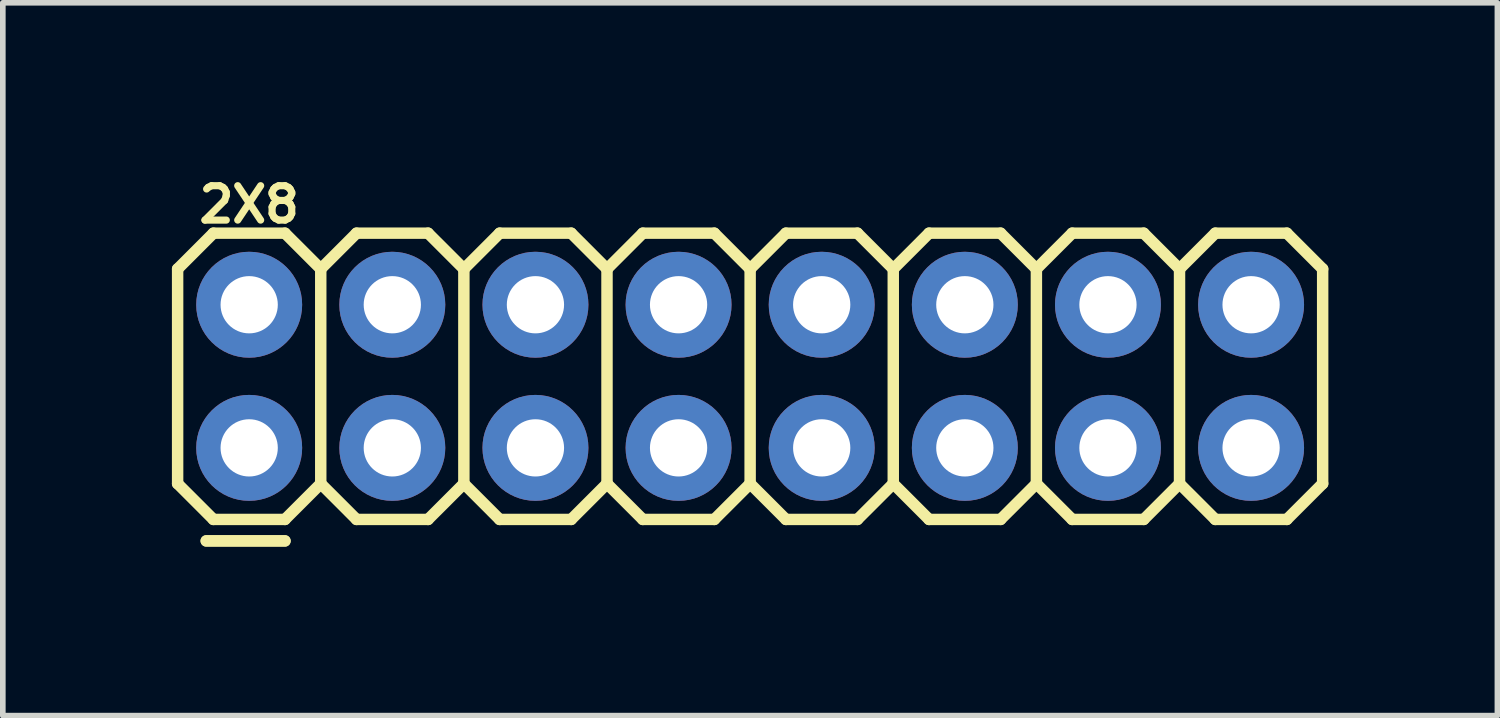
<source format=kicad_pcb>
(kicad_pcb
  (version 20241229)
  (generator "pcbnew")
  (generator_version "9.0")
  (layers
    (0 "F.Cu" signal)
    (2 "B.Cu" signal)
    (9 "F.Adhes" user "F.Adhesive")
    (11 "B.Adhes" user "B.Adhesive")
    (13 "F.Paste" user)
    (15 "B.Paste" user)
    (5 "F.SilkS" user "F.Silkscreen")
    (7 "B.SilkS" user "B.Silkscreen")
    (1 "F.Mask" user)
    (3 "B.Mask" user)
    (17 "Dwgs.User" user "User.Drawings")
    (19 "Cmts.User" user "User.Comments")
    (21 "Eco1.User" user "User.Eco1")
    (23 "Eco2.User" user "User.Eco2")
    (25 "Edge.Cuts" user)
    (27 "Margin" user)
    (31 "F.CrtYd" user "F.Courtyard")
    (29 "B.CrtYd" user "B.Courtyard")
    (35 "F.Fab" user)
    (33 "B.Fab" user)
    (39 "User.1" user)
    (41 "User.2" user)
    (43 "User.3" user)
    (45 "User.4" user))
  (footprint "2X8"
    (layer "F.Cu")
    (at 1.372 4.898)
    (property "Reference" "2X8" (at 0 -4.318 0) (layer "F.SilkS") (effects (font (size 0.61 0.61) (thickness 0.127))))
    (attr exclude_from_pos_files exclude_from_bom)
    (fp_line (start -1.27 -3.175) (end -0.635 -3.81) (stroke (width 0.203) (type solid)) (layer "F.SilkS"))
    (fp_line (start -1.27 0.635) (end -1.27 -3.175) (stroke (width 0.203) (type solid)) (layer "F.SilkS"))
    (fp_line (start -1.27 0.635) (end -0.635 1.27) (stroke (width 0.203) (type solid)) (layer "F.SilkS"))
    (fp_line (start -0.762 1.651) (end 0.635 1.651) (stroke (width 0.203) (type solid)) (layer "F.SilkS"))
    (fp_line (start -0.635 -3.81) (end 0.635 -3.81) (stroke (width 0.203) (type solid)) (layer "F.SilkS"))
    (fp_line (start -0.635 1.27) (end 0.635 1.27) (stroke (width 0.203) (type solid)) (layer "F.SilkS"))
    (fp_line (start 0.635 -3.81) (end 1.27 -3.175) (stroke (width 0.203) (type solid)) (layer "F.SilkS"))
    (fp_line (start 0.635 1.27) (end 1.27 0.635) (stroke (width 0.203) (type solid)) (layer "F.SilkS"))
    (fp_line (start 0.635 1.651) (end -0.762 1.651) (stroke (width 0.203) (type solid)) (layer "F.SilkS"))
    (fp_line (start 1.27 -3.175) (end 1.27 0.635) (stroke (width 0.203) (type solid)) (layer "F.SilkS"))
    (fp_line (start 1.27 -3.175) (end 1.905 -3.81) (stroke (width 0.203) (type solid)) (layer "F.SilkS"))
    (fp_line (start 1.27 0.635) (end 1.905 1.27) (stroke (width 0.203) (type solid)) (layer "F.SilkS"))
    (fp_line (start 1.905 -3.81) (end 3.175 -3.81) (stroke (width 0.203) (type solid)) (layer "F.SilkS"))
    (fp_line (start 1.905 1.27) (end 3.175 1.27) (stroke (width 0.203) (type solid)) (layer "F.SilkS"))
    (fp_line (start 3.175 -3.81) (end 3.81 -3.175) (stroke (width 0.203) (type solid)) (layer "F.SilkS"))
    (fp_line (start 3.175 1.27) (end 3.81 0.635) (stroke (width 0.203) (type solid)) (layer "F.SilkS"))
    (fp_line (start 3.81 -3.175) (end 3.81 0.635) (stroke (width 0.203) (type solid)) (layer "F.SilkS"))
    (fp_line (start 3.81 -3.175) (end 4.445 -3.81) (stroke (width 0.203) (type solid)) (layer "F.SilkS"))
    (fp_line (start 3.81 0.635) (end 4.445 1.27) (stroke (width 0.203) (type solid)) (layer "F.SilkS"))
    (fp_line (start 4.445 -3.81) (end 5.715 -3.81) (stroke (width 0.203) (type solid)) (layer "F.SilkS"))
    (fp_line (start 4.445 1.27) (end 5.715 1.27) (stroke (width 0.203) (type solid)) (layer "F.SilkS"))
    (fp_line (start 5.715 -3.81) (end 6.35 -3.175) (stroke (width 0.203) (type solid)) (layer "F.SilkS"))
    (fp_line (start 5.715 1.27) (end 6.35 0.635) (stroke (width 0.203) (type solid)) (layer "F.SilkS"))
    (fp_line (start 6.35 -3.175) (end 6.35 0.635) (stroke (width 0.203) (type solid)) (layer "F.SilkS"))
    (fp_line (start 6.35 -3.175) (end 6.985 -3.81) (stroke (width 0.203) (type solid)) (layer "F.SilkS"))
    (fp_line (start 6.35 0.635) (end 6.985 1.27) (stroke (width 0.203) (type solid)) (layer "F.SilkS"))
    (fp_line (start 6.985 -3.81) (end 8.255 -3.81) (stroke (width 0.203) (type solid)) (layer "F.SilkS"))
    (fp_line (start 6.985 1.27) (end 8.255 1.27) (stroke (width 0.203) (type solid)) (layer "F.SilkS"))
    (fp_line (start 8.255 -3.81) (end 8.89 -3.175) (stroke (width 0.203) (type solid)) (layer "F.SilkS"))
    (fp_line (start 8.255 1.27) (end 8.89 0.635) (stroke (width 0.203) (type solid)) (layer "F.SilkS"))
    (fp_line (start 8.89 -3.175) (end 8.89 0.635) (stroke (width 0.203) (type solid)) (layer "F.SilkS"))
    (fp_line (start 8.89 -3.175) (end 9.525 -3.81) (stroke (width 0.203) (type solid)) (layer "F.SilkS"))
    (fp_line (start 8.89 0.635) (end 9.525 1.27) (stroke (width 0.203) (type solid)) (layer "F.SilkS"))
    (fp_line (start 9.525 -3.81) (end 10.795 -3.81) (stroke (width 0.203) (type solid)) (layer "F.SilkS"))
    (fp_line (start 9.525 1.27) (end 10.795 1.27) (stroke (width 0.203) (type solid)) (layer "F.SilkS"))
    (fp_line (start 10.795 -3.81) (end 11.43 -3.175) (stroke (width 0.203) (type solid)) (layer "F.SilkS"))
    (fp_line (start 10.795 1.27) (end 11.43 0.635) (stroke (width 0.203) (type solid)) (layer "F.SilkS"))
    (fp_line (start 11.43 -3.175) (end 11.43 0.635) (stroke (width 0.203) (type solid)) (layer "F.SilkS"))
    (fp_line (start 11.43 -3.175) (end 12.065 -3.81) (stroke (width 0.203) (type solid)) (layer "F.SilkS"))
    (fp_line (start 11.43 0.635) (end 12.065 1.27) (stroke (width 0.203) (type solid)) (layer "F.SilkS"))
    (fp_line (start 12.065 -3.81) (end 13.335 -3.81) (stroke (width 0.203) (type solid)) (layer "F.SilkS"))
    (fp_line (start 12.065 1.27) (end 13.335 1.27) (stroke (width 0.203) (type solid)) (layer "F.SilkS"))
    (fp_line (start 13.335 -3.81) (end 13.97 -3.175) (stroke (width 0.203) (type solid)) (layer "F.SilkS"))
    (fp_line (start 13.335 1.27) (end 13.97 0.635) (stroke (width 0.203) (type solid)) (layer "F.SilkS"))
    (fp_line (start 13.97 -3.175) (end 13.97 0.635) (stroke (width 0.203) (type solid)) (layer "F.SilkS"))
    (fp_line (start 13.97 -3.175) (end 14.605 -3.81) (stroke (width 0.203) (type solid)) (layer "F.SilkS"))
    (fp_line (start 13.97 0.635) (end 14.605 1.27) (stroke (width 0.203) (type solid)) (layer "F.SilkS"))
    (fp_line (start 14.605 -3.81) (end 15.875 -3.81) (stroke (width 0.203) (type solid)) (layer "F.SilkS"))
    (fp_line (start 14.605 1.27) (end 15.875 1.27) (stroke (width 0.203) (type solid)) (layer "F.SilkS"))
    (fp_line (start 15.875 -3.81) (end 16.51 -3.175) (stroke (width 0.203) (type solid)) (layer "F.SilkS"))
    (fp_line (start 16.51 -3.175) (end 16.51 0.635) (stroke (width 0.203) (type solid)) (layer "F.SilkS"))
    (fp_line (start 16.51 -3.175) (end 17.145 -3.81) (stroke (width 0.203) (type solid)) (layer "F.SilkS"))
    (fp_line (start 16.51 0.635) (end 15.875 1.27) (stroke (width 0.203) (type solid)) (layer "F.SilkS"))
    (fp_line (start 16.51 0.635) (end 17.145 1.27) (stroke (width 0.203) (type solid)) (layer "F.SilkS"))
    (fp_line (start 17.145 -3.81) (end 18.415 -3.81) (stroke (width 0.203) (type solid)) (layer "F.SilkS"))
    (fp_line (start 17.145 1.27) (end 18.415 1.27) (stroke (width 0.203) (type solid)) (layer "F.SilkS"))
    (fp_line (start 18.415 -3.81) (end 19.05 -3.175) (stroke (width 0.203) (type solid)) (layer "F.SilkS"))
    (fp_line (start 19.05 -3.175) (end 19.05 0.635) (stroke (width 0.203) (type solid)) (layer "F.SilkS"))
    (fp_line (start 19.05 0.635) (end 18.415 1.27) (stroke (width 0.203) (type solid)) (layer "F.SilkS"))
    (pad "1" thru_hole circle (at 0 0) (size 1.88 1.88) (drill 1.016) (layers "*.Cu" "*.Mask"))
    (pad "2" thru_hole circle (at 0 -2.54) (size 1.88 1.88) (drill 1.016) (layers "*.Cu" "*.Mask"))
    (pad "3" thru_hole circle (at 2.54 0) (size 1.88 1.88) (drill 1.016) (layers "*.Cu" "*.Mask"))
    (pad "4" thru_hole circle (at 2.54 -2.54) (size 1.88 1.88) (drill 1.016) (layers "*.Cu" "*.Mask"))
    (pad "5" thru_hole circle (at 5.08 0) (size 1.88 1.88) (drill 1.016) (layers "*.Cu" "*.Mask"))
    (pad "6" thru_hole circle (at 5.08 -2.54) (size 1.88 1.88) (drill 1.016) (layers "*.Cu" "*.Mask"))
    (pad "7" thru_hole circle (at 7.62 0) (size 1.88 1.88) (drill 1.016) (layers "*.Cu" "*.Mask"))
    (pad "8" thru_hole circle (at 7.62 -2.54) (size 1.88 1.88) (drill 1.016) (layers "*.Cu" "*.Mask"))
    (pad "9" thru_hole circle (at 10.16 0) (size 1.88 1.88) (drill 1.016) (layers "*.Cu" "*.Mask"))
    (pad "10" thru_hole circle (at 10.16 -2.54) (size 1.88 1.88) (drill 1.016) (layers "*.Cu" "*.Mask"))
    (pad "11" thru_hole circle (at 12.7 0) (size 1.88 1.88) (drill 1.016) (layers "*.Cu" "*.Mask"))
    (pad "12" thru_hole circle (at 12.7 -2.54) (size 1.88 1.88) (drill 1.016) (layers "*.Cu" "*.Mask"))
    (pad "13" thru_hole circle (at 15.24 0) (size 1.88 1.88) (drill 1.016) (layers "*.Cu" "*.Mask"))
    (pad "14" thru_hole circle (at 15.24 -2.54) (size 1.88 1.88) (drill 1.016) (layers "*.Cu" "*.Mask"))
    (pad "15" thru_hole circle (at 17.78 0) (size 1.88 1.88) (drill 1.016) (layers "*.Cu" "*.Mask"))
    (pad "16" thru_hole circle (at 17.78 -2.54) (size 1.88 1.88) (drill 1.016) (layers "*.Cu" "*.Mask")))
  (gr_rect
    (start -3 -3)
    (end 23.523 9.65)
    (stroke (width 0.1) (type default))
    (fill no)
    (layer "Edge.Cuts")))
</source>
